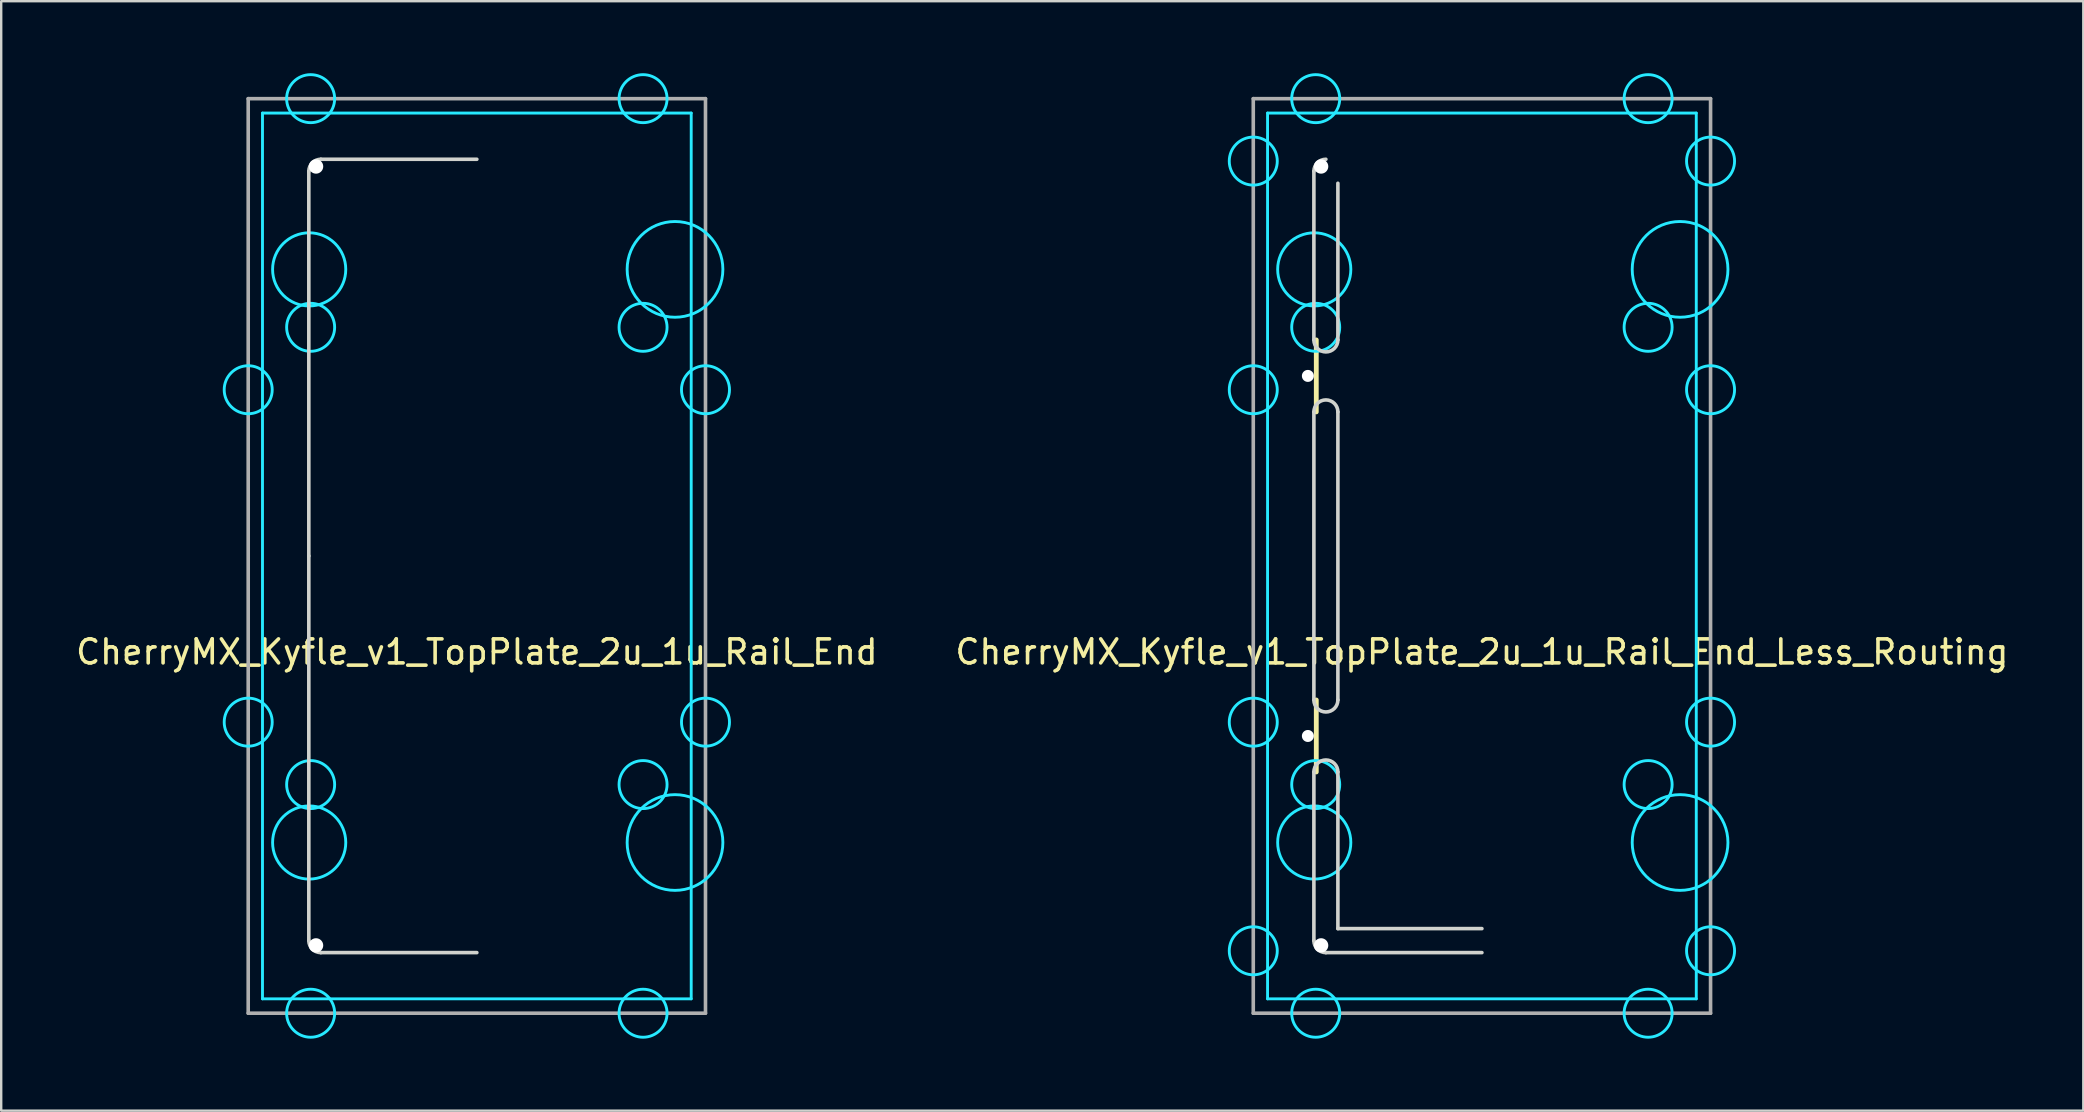
<source format=kicad_pcb>
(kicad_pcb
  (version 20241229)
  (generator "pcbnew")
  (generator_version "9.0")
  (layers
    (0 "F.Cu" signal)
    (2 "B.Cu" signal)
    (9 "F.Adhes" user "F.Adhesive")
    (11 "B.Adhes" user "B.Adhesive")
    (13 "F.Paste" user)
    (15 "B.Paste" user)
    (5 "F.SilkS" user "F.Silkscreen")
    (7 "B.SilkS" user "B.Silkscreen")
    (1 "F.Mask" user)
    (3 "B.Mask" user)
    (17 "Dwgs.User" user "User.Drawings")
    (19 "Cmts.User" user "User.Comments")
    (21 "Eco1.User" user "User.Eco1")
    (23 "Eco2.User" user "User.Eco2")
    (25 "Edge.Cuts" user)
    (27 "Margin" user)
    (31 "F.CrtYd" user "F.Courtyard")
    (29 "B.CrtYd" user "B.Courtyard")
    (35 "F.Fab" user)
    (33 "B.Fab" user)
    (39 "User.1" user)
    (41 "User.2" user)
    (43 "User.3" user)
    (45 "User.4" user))
  (footprint "CherryMX_Kyfle_v1_TopPlate_2u_1u_Rail_End_Less_Routing"
    (layer "F.Cu")
    (at 58.685 20.11)
    (property "Reference" "CherryMX_Kyfle_v1_TopPlate_2u_1u_Rail_End_Less_Routing" (at 0 4 0) (layer "F.SilkS") (effects (font (size 1 1) (thickness 0.15))))
    (attr through_hole)
    (fp_line (start -6.9 -9) (end -6.9 -6) (stroke (width 0.2) (type solid)) (layer "F.SilkS"))
    (fp_line (start -6.9 6) (end -6.9 9) (stroke (width 0.2) (type solid)) (layer "F.SilkS"))
    (fp_line (start -7 -16.025) (end -7 -9) (stroke (width 0.15) (type solid)) (layer "Edge.Cuts"))
    (fp_line (start -7 -6) (end -7 6) (stroke (width 0.15) (type solid)) (layer "Edge.Cuts"))
    (fp_line (start -7 9) (end -7 16.025) (stroke (width 0.15) (type solid)) (layer "Edge.Cuts"))
    (fp_line (start -6.5 16.525) (end 0 16.525) (stroke (width 0.15) (type solid)) (layer "Edge.Cuts"))
    (fp_line (start -6 -15.525) (end -6 -9) (stroke (width 0.15) (type solid)) (layer "Edge.Cuts"))
    (fp_line (start -6 -6) (end -6 6) (stroke (width 0.15) (type solid)) (layer "Edge.Cuts"))
    (fp_line (start -6 9) (end -6 15.525) (stroke (width 0.15) (type solid)) (layer "Edge.Cuts"))
    (fp_line (start -6 15.525) (end 0 15.525) (stroke (width 0.15) (type solid)) (layer "Edge.Cuts"))
    (fp_arc (start -7 -16.025) (mid -6.853553 -16.378553) (end -6.5 -16.525) (stroke (width 0.15) (type solid)) (layer "Edge.Cuts"))
    (fp_arc (start -7 -6) (mid -6.5 -6.5) (end -6 -6) (stroke (width 0.15) (type solid)) (layer "Edge.Cuts"))
    (fp_arc (start -7 9) (mid -6.5 8.5) (end -6 9) (stroke (width 0.15) (type solid)) (layer "Edge.Cuts"))
    (fp_arc (start -6.5 16.525) (mid -6.853553 16.378553) (end -7 16.025) (stroke (width 0.15) (type solid)) (layer "Edge.Cuts"))
    (fp_arc (start -6 -9) (mid -6.5 -8.5) (end -7 -9) (stroke (width 0.15) (type solid)) (layer "Edge.Cuts"))
    (fp_arc (start -6 6) (mid -6.5 6.5) (end -7 6) (stroke (width 0.15) (type solid)) (layer "Edge.Cuts"))
    (fp_line (start -8.93 -18.45) (end 8.93 -18.45) (stroke (width 0.12) (type solid)) (layer "B.CrtYd"))
    (fp_line (start -8.93 18.45) (end -8.93 -18.45) (stroke (width 0.12) (type solid)) (layer "B.CrtYd"))
    (fp_line (start 8.93 -18.45) (end 8.93 18.45) (stroke (width 0.12) (type solid)) (layer "B.CrtYd"))
    (fp_line (start 8.93 18.45) (end -8.93 18.45) (stroke (width 0.12) (type solid)) (layer "B.CrtYd"))
    (fp_circle (center -9.525 -16.449) (end -8.525 -16.449) (stroke (width 0.12) (type solid)) (fill no) (layer "B.CrtYd"))
    (fp_circle (center -9.525 -6.924) (end -8.525 -6.924) (stroke (width 0.12) (type solid)) (fill no) (layer "B.CrtYd"))
    (fp_circle (center -9.525 6.924) (end -8.525 6.924) (stroke (width 0.12) (type solid)) (fill no) (layer "B.CrtYd"))
    (fp_circle (center -9.525 16.449) (end -10.525 16.449) (stroke (width 0.12) (type solid)) (fill no) (layer "B.CrtYd"))
    (fp_circle (center -6.985 -11.938) (end -5.461 -11.938) (stroke (width 0.12) (type solid)) (fill no) (layer "B.CrtYd"))
    (fp_circle (center -6.985 11.938) (end -5.461 11.938) (stroke (width 0.12) (type solid)) (fill no) (layer "B.CrtYd"))
    (fp_circle (center -6.924 -19.05) (end -5.924 -19.05) (stroke (width 0.12) (type solid)) (fill no) (layer "B.CrtYd"))
    (fp_circle (center -6.924 -9.525) (end -5.924 -9.525) (stroke (width 0.12) (type solid)) (fill no) (layer "B.CrtYd"))
    (fp_circle (center -6.924 9.525) (end -5.924 9.525) (stroke (width 0.12) (type solid)) (fill no) (layer "B.CrtYd"))
    (fp_circle (center -6.924 19.05) (end -5.924 19.05) (stroke (width 0.12) (type solid)) (fill no) (layer "B.CrtYd"))
    (fp_circle (center 6.924 -19.05) (end 7.924 -19.05) (stroke (width 0.12) (type solid)) (fill no) (layer "B.CrtYd"))
    (fp_circle (center 6.924 -9.525) (end 7.924 -9.525) (stroke (width 0.12) (type solid)) (fill no) (layer "B.CrtYd"))
    (fp_circle (center 6.924 9.525) (end 7.924 9.525) (stroke (width 0.12) (type solid)) (fill no) (layer "B.CrtYd"))
    (fp_circle (center 6.924 19.05) (end 7.924 19.05) (stroke (width 0.12) (type solid)) (fill no) (layer "B.CrtYd"))
    (fp_circle (center 8.255 -11.938) (end 10.249 -11.938) (stroke (width 0.12) (type solid)) (fill no) (layer "B.CrtYd"))
    (fp_circle (center 8.255 11.938) (end 10.249 11.938) (stroke (width 0.12) (type solid)) (fill no) (layer "B.CrtYd"))
    (fp_circle (center 9.525 -16.449) (end 10.525 -16.449) (stroke (width 0.12) (type solid)) (fill no) (layer "B.CrtYd"))
    (fp_circle (center 9.525 -6.924) (end 10.525 -6.924) (stroke (width 0.12) (type solid)) (fill no) (layer "B.CrtYd"))
    (fp_circle (center 9.525 6.924) (end 10.525 6.924) (stroke (width 0.12) (type solid)) (fill no) (layer "B.CrtYd"))
    (fp_circle (center 9.525 16.449) (end 8.525 16.449) (stroke (width 0.12) (type solid)) (fill no) (layer "B.CrtYd"))
    (fp_line (start -9.525 -19.05) (end -9.525 19.05) (stroke (width 0.15) (type solid)) (layer "F.Fab"))
    (fp_line (start -9.525 19.05) (end 9.525 19.05) (stroke (width 0.15) (type solid)) (layer "F.Fab"))
    (fp_line (start 9.525 -19.05) (end -9.525 -19.05) (stroke (width 0.15) (type solid)) (layer "F.Fab"))
    (fp_line (start 9.525 19.05) (end 9.525 -19.05) (stroke (width 0.15) (type solid)) (layer "F.Fab"))
    (pad "" np_thru_hole circle (at -7.25 -7.5 90) (size 0.5 0.5) (drill 0.5) (layers "*.Cu" "*.Mask"))
    (pad "" np_thru_hole circle (at -7.25 7.5 90) (size 0.5 0.5) (drill 0.5) (layers "*.Cu" "*.Mask"))
    (pad "" np_thru_hole circle (at -6.7 -16.225) (size 0.6 0.6) (drill 0.6) (layers "*.Cu"))
    (pad "" np_thru_hole circle (at -6.7 16.225) (size 0.6 0.6) (drill 0.6) (layers "*.Cu")))
  (footprint "CherryMX_Kyfle_v1_TopPlate_2u_1u_Rail_End"
    (layer "F.Cu")
    (at 16.815 20.11)
    (property "Reference" "CherryMX_Kyfle_v1_TopPlate_2u_1u_Rail_End" (at 0 4 0) (layer "F.SilkS") (effects (font (size 1 1) (thickness 0.15))))
    (attr through_hole)
    (fp_line (start -7 -16.025) (end -7 0) (stroke (width 0.15) (type solid)) (layer "Edge.Cuts"))
    (fp_line (start -7 0) (end -7 16.025) (stroke (width 0.15) (type solid)) (layer "Edge.Cuts"))
    (fp_line (start -6.5 16.525) (end 0 16.525) (stroke (width 0.15) (type solid)) (layer "Edge.Cuts"))
    (fp_line (start 0 -16.525) (end -6.5 -16.525) (stroke (width 0.15) (type solid)) (layer "Edge.Cuts"))
    (fp_arc (start -7 -16.025) (mid -6.853553 -16.378553) (end -6.5 -16.525) (stroke (width 0.15) (type solid)) (layer "Edge.Cuts"))
    (fp_arc (start -6.5 16.525) (mid -6.853553 16.378553) (end -7 16.025) (stroke (width 0.15) (type solid)) (layer "Edge.Cuts"))
    (fp_line (start -8.93 -18.45) (end 8.93 -18.45) (stroke (width 0.12) (type solid)) (layer "B.CrtYd"))
    (fp_line (start -8.93 18.45) (end -8.93 -18.45) (stroke (width 0.12) (type solid)) (layer "B.CrtYd"))
    (fp_line (start 8.93 -18.45) (end 8.93 18.45) (stroke (width 0.12) (type solid)) (layer "B.CrtYd"))
    (fp_line (start 8.93 18.45) (end -8.93 18.45) (stroke (width 0.12) (type solid)) (layer "B.CrtYd"))
    (fp_circle (center -9.525 -6.924) (end -8.525 -6.924) (stroke (width 0.12) (type solid)) (fill no) (layer "B.CrtYd"))
    (fp_circle (center -9.525 6.924) (end -8.525 6.924) (stroke (width 0.12) (type solid)) (fill no) (layer "B.CrtYd"))
    (fp_circle (center -6.985 -11.938) (end -5.461 -11.938) (stroke (width 0.12) (type solid)) (fill no) (layer "B.CrtYd"))
    (fp_circle (center -6.985 11.938) (end -5.461 11.938) (stroke (width 0.12) (type solid)) (fill no) (layer "B.CrtYd"))
    (fp_circle (center -6.924 -19.05) (end -5.924 -19.05) (stroke (width 0.12) (type solid)) (fill no) (layer "B.CrtYd"))
    (fp_circle (center -6.924 -9.525) (end -5.924 -9.525) (stroke (width 0.12) (type solid)) (fill no) (layer "B.CrtYd"))
    (fp_circle (center -6.924 9.525) (end -5.924 9.525) (stroke (width 0.12) (type solid)) (fill no) (layer "B.CrtYd"))
    (fp_circle (center -6.924 19.05) (end -5.924 19.05) (stroke (width 0.12) (type solid)) (fill no) (layer "B.CrtYd"))
    (fp_circle (center 6.924 -19.05) (end 7.924 -19.05) (stroke (width 0.12) (type solid)) (fill no) (layer "B.CrtYd"))
    (fp_circle (center 6.924 -9.525) (end 7.924 -9.525) (stroke (width 0.12) (type solid)) (fill no) (layer "B.CrtYd"))
    (fp_circle (center 6.924 9.525) (end 7.924 9.525) (stroke (width 0.12) (type solid)) (fill no) (layer "B.CrtYd"))
    (fp_circle (center 6.924 19.05) (end 7.924 19.05) (stroke (width 0.12) (type solid)) (fill no) (layer "B.CrtYd"))
    (fp_circle (center 8.255 -11.938) (end 10.249 -11.938) (stroke (width 0.12) (type solid)) (fill no) (layer "B.CrtYd"))
    (fp_circle (center 8.255 11.938) (end 10.249 11.938) (stroke (width 0.12) (type solid)) (fill no) (layer "B.CrtYd"))
    (fp_circle (center 9.525 -6.924) (end 10.525 -6.924) (stroke (width 0.12) (type solid)) (fill no) (layer "B.CrtYd"))
    (fp_circle (center 9.525 6.924) (end 10.525 6.924) (stroke (width 0.12) (type solid)) (fill no) (layer "B.CrtYd"))
    (fp_line (start -9.525 -19.05) (end -9.525 19.05) (stroke (width 0.15) (type solid)) (layer "F.Fab"))
    (fp_line (start -9.525 19.05) (end 9.525 19.05) (stroke (width 0.15) (type solid)) (layer "F.Fab"))
    (fp_line (start 9.525 -19.05) (end -9.525 -19.05) (stroke (width 0.15) (type solid)) (layer "F.Fab"))
    (fp_line (start 9.525 19.05) (end 9.525 -19.05) (stroke (width 0.15) (type solid)) (layer "F.Fab"))
    (pad "" np_thru_hole circle (at -6.7 -16.225) (size 0.6 0.6) (drill 0.6) (layers "*.Cu"))
    (pad "" np_thru_hole circle (at -6.7 16.225) (size 0.6 0.6) (drill 0.6) (layers "*.Cu")))
  (gr_rect
    (start -3 -3)
    (end 83.738 43.22)
    (stroke (width 0.1) (type default))
    (fill no)
    (layer "Edge.Cuts")))
</source>
